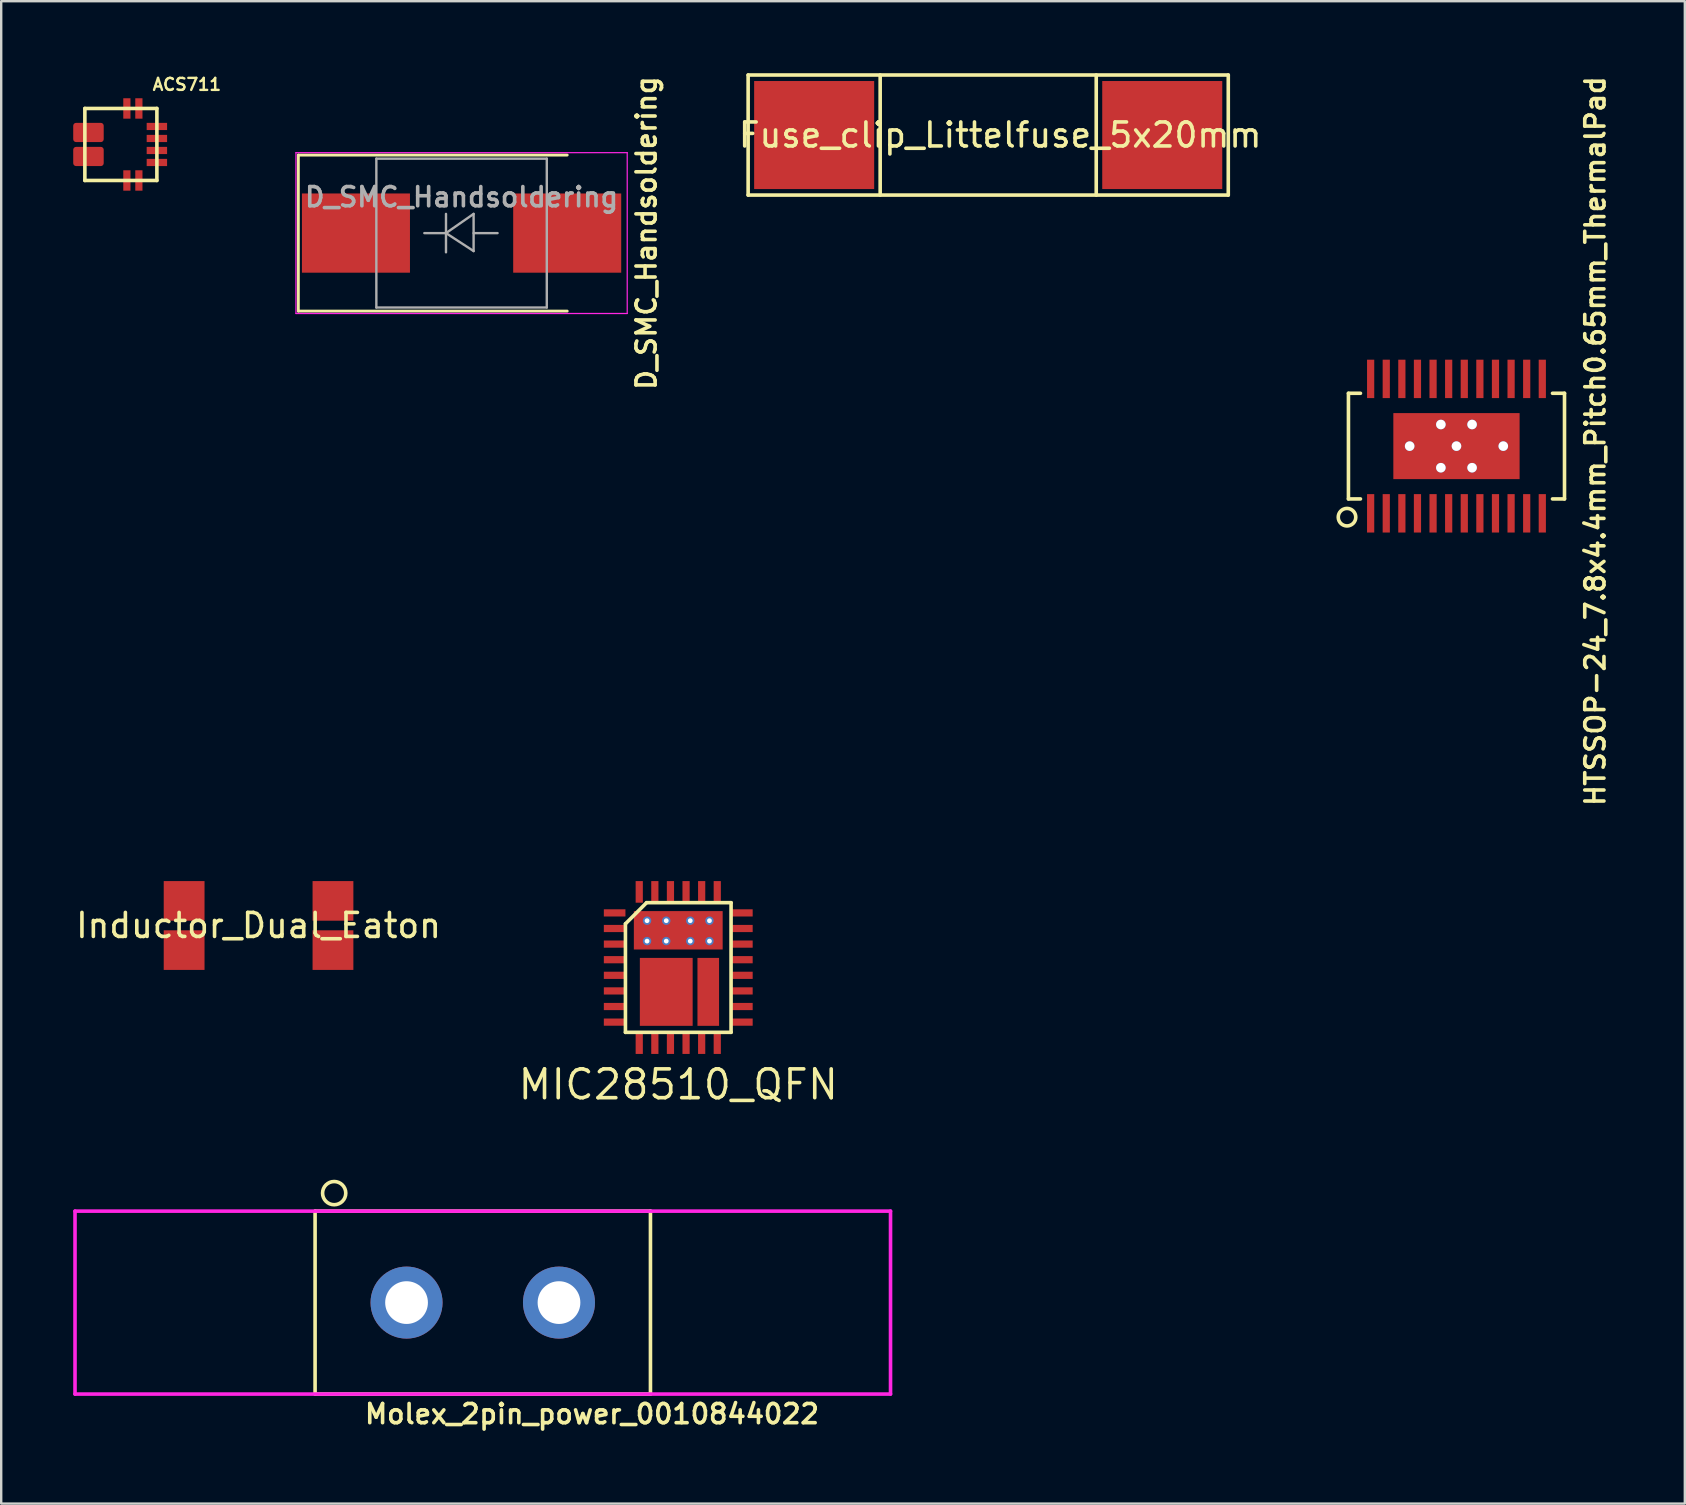
<source format=kicad_pcb>
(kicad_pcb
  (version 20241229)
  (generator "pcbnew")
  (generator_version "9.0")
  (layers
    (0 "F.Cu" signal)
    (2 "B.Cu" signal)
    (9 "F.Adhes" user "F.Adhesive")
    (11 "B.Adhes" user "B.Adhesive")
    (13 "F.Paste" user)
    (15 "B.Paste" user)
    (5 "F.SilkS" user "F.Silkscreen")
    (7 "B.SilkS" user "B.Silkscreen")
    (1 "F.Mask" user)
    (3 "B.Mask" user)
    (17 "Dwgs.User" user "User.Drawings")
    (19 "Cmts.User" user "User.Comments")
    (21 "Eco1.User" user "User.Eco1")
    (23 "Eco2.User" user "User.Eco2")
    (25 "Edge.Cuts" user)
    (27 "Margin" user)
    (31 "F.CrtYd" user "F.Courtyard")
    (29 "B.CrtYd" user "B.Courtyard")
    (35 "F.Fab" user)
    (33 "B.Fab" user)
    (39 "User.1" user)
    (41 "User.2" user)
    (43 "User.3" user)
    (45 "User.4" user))
  (footprint "MIC28510_QFN"
    (layer "F.Cu")
    (at 25.203 37.252)
    (property "Reference" "MIC28510_QFN" (at 0 4.875 0) (layer "F.SilkS") (effects (font (size 1.2 1.2) (thickness 0.15))))
    (attr through_hole)
    (fp_line (start -2.2 -1.82) (end -2.2 2.7) (stroke (width 0.15) (type solid)) (layer "F.SilkS"))
    (fp_line (start -2.2 2.7) (end 2.2 2.7) (stroke (width 0.15) (type solid)) (layer "F.SilkS"))
    (fp_line (start -1.32 -2.7) (end -2.2 -1.82) (stroke (width 0.15) (type solid)) (layer "F.SilkS"))
    (fp_line (start 2.2 -2.7) (end -1.32 -2.7) (stroke (width 0.15) (type solid)) (layer "F.SilkS"))
    (fp_line (start 2.2 2.7) (end 2.2 -2.7) (stroke (width 0.15) (type solid)) (layer "F.SilkS"))
    (pad "" smd rect (at -2.4 -2.275) (size 0.9 0.3) (drill (offset -0.25 0)) (layers "F.Cu" "F.Mask" "F.Paste"))
    (pad "" smd rect (at -2.4 -0.975) (size 0.9 0.3) (drill (offset -0.25 0)) (layers "F.Cu" "F.Mask" "F.Paste"))
    (pad "1" smd rect (at -0.975 -2.9) (size 0.3 0.9) (drill (offset 0 -0.25)) (layers "F.Cu" "F.Mask" "F.Paste"))
    (pad "2" smd rect (at -0.325 -2.9) (size 0.3 0.9) (drill (offset 0 -0.25)) (layers "F.Cu" "F.Mask" "F.Paste"))
    (pad "3" smd rect (at 1.625 -2.9) (size 0.3 0.9) (drill (offset 0 -0.25)) (layers "F.Cu" "F.Mask" "F.Paste"))
    (pad "4" smd rect (at 0.975 2.9) (size 0.3 0.9) (drill (offset 0 0.25)) (layers "F.Cu" "F.Mask" "F.Paste"))
    (pad "4" smd rect (at 1.25 1.015) (size 0.9 2.83) (layers "F.Cu" "F.Mask" "F.Paste"))
    (pad "4" smd rect (at 1.625 2.9) (size 0.3 0.9) (drill (offset 0 0.25)) (layers "F.Cu" "F.Mask" "F.Paste"))
    (pad "4" smd rect (at 2.4 -0.325) (size 0.9 0.3) (drill (offset 0.25 0)) (layers "F.Cu" "F.Mask" "F.Paste"))
    (pad "4" smd rect (at 2.4 0.325) (size 0.9 0.3) (drill (offset 0.25 0)) (layers "F.Cu" "F.Mask" "F.Paste"))
    (pad "4" smd rect (at 2.4 0.975) (size 0.9 0.3) (drill (offset 0.25 0)) (layers "F.Cu" "F.Mask" "F.Paste"))
    (pad "4" smd rect (at 2.4 1.625) (size 0.9 0.3) (drill (offset 0.25 0)) (layers "F.Cu" "F.Mask" "F.Paste"))
    (pad "4" smd rect (at 2.4 2.275) (size 0.9 0.3) (drill (offset 0.25 0)) (layers "F.Cu" "F.Mask" "F.Paste"))
    (pad "5" smd rect (at -2.4 -1.625) (size 0.9 0.3) (drill (offset -0.25 0)) (layers "F.Cu" "F.Mask" "F.Paste"))
    (pad "5" smd rect (at -2.4 0.325) (size 0.9 0.3) (drill (offset -0.25 0)) (layers "F.Cu" "F.Mask" "F.Paste"))
    (pad "5" smd rect (at -2.4 0.975) (size 0.9 0.3) (drill (offset -0.25 0)) (layers "F.Cu" "F.Mask" "F.Paste"))
    (pad "5" smd rect (at -2.4 1.625) (size 0.9 0.3) (drill (offset -0.25 0)) (layers "F.Cu" "F.Mask" "F.Paste"))
    (pad "5" smd rect (at -2.4 2.275) (size 0.9 0.3) (drill (offset -0.25 0)) (layers "F.Cu" "F.Mask" "F.Paste"))
    (pad "5" thru_hole circle (at -1.3 -1.95) (size 0.35 0.35) (drill 0.2) (layers "*.Cu" "*.Mask"))
    (pad "5" thru_hole circle (at -1.3 -1.1) (size 0.35 0.35) (drill 0.2) (layers "*.Cu" "*.Mask"))
    (pad "5" thru_hole circle (at -0.5 -1.95) (size 0.35 0.35) (drill 0.2) (layers "*.Cu" "*.Mask"))
    (pad "5" thru_hole circle (at -0.5 -1.1) (size 0.35 0.35) (drill 0.2) (layers "*.Cu" "*.Mask"))
    (pad "5" smd rect (at 0 -1.55) (size 3.7 1.6) (layers "F.Cu" "F.Mask"))
    (pad "5" thru_hole circle (at 0.5 -1.95) (size 0.35 0.35) (drill 0.2) (layers "*.Cu" "*.Mask"))
    (pad "5" thru_hole circle (at 0.5 -1.1) (size 0.35 0.35) (drill 0.2) (layers "*.Cu" "*.Mask"))
    (pad "5" thru_hole circle (at 1.3 -1.95) (size 0.35 0.35) (drill 0.2) (layers "*.Cu" "*.Mask"))
    (pad "5" thru_hole circle (at 1.3 -1.1) (size 0.35 0.35) (drill 0.2) (layers "*.Cu" "*.Mask"))
    (pad "5" smd rect (at 2.4 -1.625) (size 0.9 0.3) (drill (offset 0.25 0)) (layers "F.Cu" "F.Mask" "F.Paste"))
    (pad "6" smd rect (at 0.975 -2.9) (size 0.3 0.9) (drill (offset 0 -0.25)) (layers "F.Cu" "F.Mask" "F.Paste"))
    (pad "7" smd rect (at 2.4 -0.975) (size 0.9 0.3) (drill (offset 0.25 0)) (layers "F.Cu" "F.Mask" "F.Paste"))
    (pad "8" smd rect (at -2.4 -0.325) (size 0.9 0.3) (drill (offset -0.25 0)) (layers "F.Cu" "F.Mask" "F.Paste"))
    (pad "8" smd rect (at -1.625 2.9) (size 0.3 0.9) (drill (offset 0 0.25)) (layers "F.Cu" "F.Mask" "F.Paste"))
    (pad "8" smd rect (at -0.975 2.9) (size 0.3 0.9) (drill (offset 0 0.25)) (layers "F.Cu" "F.Mask" "F.Paste"))
    (pad "8" smd rect (at -0.5 1.015) (size 2.2 2.83) (layers "F.Cu" "F.Mask" "F.Paste"))
    (pad "8" smd rect (at -0.325 2.9) (size 0.3 0.9) (drill (offset 0 0.25)) (layers "F.Cu" "F.Mask" "F.Paste"))
    (pad "8" smd rect (at 0.325 2.9) (size 0.3 0.9) (drill (offset 0 0.25)) (layers "F.Cu" "F.Mask" "F.Paste"))
    (pad "9" smd rect (at 2.4 -2.275) (size 0.9 0.3) (drill (offset 0.25 0)) (layers "F.Cu" "F.Mask" "F.Paste"))
    (pad "10" smd rect (at 0.325 -2.9) (size 0.3 0.9) (drill (offset 0 -0.25)) (layers "F.Cu" "F.Mask" "F.Paste"))
    (pad "PVDD" smd rect (at -1.625 -2.9) (size 0.3 0.9) (drill (offset 0 -0.25)) (layers "F.Cu" "F.Mask" "F.Paste")))
  (footprint "Molex_2pin_power_0010844022"
    (layer "F.Cu")
    (at 17.06 51.21)
    (property "Reference" "Molex_2pin_power_0010844022" (at 4.55 4.64 180) (layer "F.SilkS") (effects (font (size 0.8 0.8) (thickness 0.15))))
    (attr through_hole)
    (fp_line (start -6.985 -3.81) (end -6.985 3.81) (stroke (width 0.15) (type solid)) (layer "F.SilkS"))
    (fp_line (start -6.985 -3.81) (end 6.985 -3.81) (stroke (width 0.15) (type solid)) (layer "F.SilkS"))
    (fp_line (start 6.985 -3.81) (end 6.985 3.81) (stroke (width 0.15) (type solid)) (layer "F.SilkS"))
    (fp_line (start 6.985 3.81) (end -6.985 3.81) (stroke (width 0.15) (type solid)) (layer "F.SilkS"))
    (fp_circle (center -6.19 -4.56) (end -5.75 -4.36) (stroke (width 0.15) (type solid)) (fill no) (layer "F.SilkS"))
    (fp_line (start -16.985 -3.81) (end 16.985 -3.81) (stroke (width 0.15) (type solid)) (layer "F.CrtYd"))
    (fp_line (start -16.985 3.81) (end -16.985 -3.81) (stroke (width 0.15) (type solid)) (layer "F.CrtYd"))
    (fp_line (start 16.985 -3.81) (end 16.985 3.81) (stroke (width 0.15) (type solid)) (layer "F.CrtYd"))
    (fp_line (start 16.985 3.81) (end -16.985 3.81) (stroke (width 0.15) (type solid)) (layer "F.CrtYd"))
    (pad "1" thru_hole circle (at -3.175 0) (size 3 3) (drill 1.78) (layers "*.Cu" "*.Mask"))
    (pad "2" thru_hole circle (at 3.175 0) (size 3 3) (drill 1.78) (layers "*.Cu" "*.Mask")))
  (footprint "HTSSOP-24_7.8x4.4mm_Pitch0.65mm_ThermalPad"
    (layer "F.Cu")
    (at 57.62 15.533)
    (property "Reference" "HTSSOP-24_7.8x4.4mm_Pitch0.65mm_ThermalPad" (at 5.781 -0.208 90) (layer "F.SilkS") (effects (font (size 0.8 0.8) (thickness 0.15))))
    (attr through_hole)
    (fp_line (start -4.5 -2.2) (end -4.5 2.2) (stroke (width 0.15) (type solid)) (layer "F.SilkS"))
    (fp_line (start -4.5 2.2) (end -4 2.2) (stroke (width 0.15) (type solid)) (layer "F.SilkS"))
    (fp_line (start -4 -2.2) (end -4.5 -2.2) (stroke (width 0.15) (type solid)) (layer "F.SilkS"))
    (fp_line (start 4 -2.2) (end 4.5 -2.2) (stroke (width 0.15) (type solid)) (layer "F.SilkS"))
    (fp_line (start 4.5 -2.2) (end 4.5 2.2) (stroke (width 0.15) (type solid)) (layer "F.SilkS"))
    (fp_line (start 4.5 2.2) (end 4 2.2) (stroke (width 0.15) (type solid)) (layer "F.SilkS"))
    (fp_circle (center -4.56 2.96) (end -4.2 3.02) (stroke (width 0.15) (type solid)) (fill no) (layer "F.SilkS"))
    (pad "1" smd rect (at -3.575 2.8) (size 0.3 1.6) (layers "F.Cu" "F.Mask" "F.Paste"))
    (pad "1" thru_hole circle (at -1.95 0) (size 0.4 0.4) (drill 0.4) (layers "*.Cu" "B.Mask"))
    (pad "1" thru_hole circle (at -0.65 -0.9) (size 0.4 0.4) (drill 0.4) (layers "*.Cu" "B.Mask"))
    (pad "1" thru_hole circle (at -0.65 0.9) (size 0.4 0.4) (drill 0.4) (layers "*.Cu" "B.Mask"))
    (pad "1" thru_hole circle (at 0 0) (size 0.4 0.4) (drill 0.4) (layers "*.Cu" "B.Mask"))
    (pad "1" smd rect (at 0 0) (size 5.26 2.75) (layers "F.Cu" "F.Mask" "F.Paste"))
    (pad "1" thru_hole circle (at 0.65 -0.9) (size 0.4 0.4) (drill 0.4) (layers "*.Cu" "B.Mask"))
    (pad "1" thru_hole circle (at 0.65 0.9) (size 0.4 0.4) (drill 0.4) (layers "*.Cu" "B.Mask"))
    (pad "1" thru_hole circle (at 1.95 0) (size 0.4 0.4) (drill 0.4) (layers "*.Cu" "B.Mask"))
    (pad "2" smd rect (at -2.925 2.8) (size 0.3 1.6) (layers "F.Cu" "F.Mask" "F.Paste"))
    (pad "3" smd rect (at -2.275 2.8) (size 0.3 1.6) (layers "F.Cu" "F.Mask" "F.Paste"))
    (pad "4" smd rect (at -1.625 2.8) (size 0.3 1.6) (layers "F.Cu" "F.Mask" "F.Paste"))
    (pad "5" smd rect (at -0.975 2.8) (size 0.3 1.6) (layers "F.Cu" "F.Mask" "F.Paste"))
    (pad "6" smd rect (at -0.325 2.8) (size 0.3 1.6) (layers "F.Cu" "F.Mask" "F.Paste"))
    (pad "7" smd rect (at 0.325 2.8) (size 0.3 1.6) (layers "F.Cu" "F.Mask" "F.Paste"))
    (pad "8" smd rect (at 0.975 2.8) (size 0.3 1.6) (layers "F.Cu" "F.Mask" "F.Paste"))
    (pad "9" smd rect (at 1.625 2.8) (size 0.3 1.6) (layers "F.Cu" "F.Mask" "F.Paste"))
    (pad "10" smd rect (at 2.275 2.8) (size 0.3 1.6) (layers "F.Cu" "F.Mask" "F.Paste"))
    (pad "11" smd rect (at 2.925 2.8) (size 0.3 1.6) (layers "F.Cu" "F.Mask" "F.Paste"))
    (pad "12" smd rect (at 3.575 2.8) (size 0.3 1.6) (layers "F.Cu" "F.Mask" "F.Paste"))
    (pad "13" smd rect (at 3.575 -2.8) (size 0.3 1.6) (layers "F.Cu" "F.Mask" "F.Paste"))
    (pad "14" smd rect (at 2.925 -2.8) (size 0.3 1.6) (layers "F.Cu" "F.Mask" "F.Paste"))
    (pad "15" smd rect (at 2.275 -2.8) (size 0.3 1.6) (layers "F.Cu" "F.Mask" "F.Paste"))
    (pad "16" smd rect (at 1.625 -2.8) (size 0.3 1.6) (layers "F.Cu" "F.Mask" "F.Paste"))
    (pad "17" smd rect (at 0.975 -2.8) (size 0.3 1.6) (layers "F.Cu" "F.Mask" "F.Paste"))
    (pad "18" smd rect (at 0.325 -2.8) (size 0.3 1.6) (layers "F.Cu" "F.Mask" "F.Paste"))
    (pad "19" smd rect (at -0.325 -2.8) (size 0.3 1.6) (layers "F.Cu" "F.Mask" "F.Paste"))
    (pad "20" smd rect (at -0.975 -2.8) (size 0.3 1.6) (layers "F.Cu" "F.Mask" "F.Paste"))
    (pad "21" smd rect (at -1.625 -2.8) (size 0.3 1.6) (layers "F.Cu" "F.Mask" "F.Paste"))
    (pad "22" smd rect (at -2.275 -2.8) (size 0.3 1.6) (layers "F.Cu" "F.Mask" "F.Paste"))
    (pad "23" smd rect (at -2.925 -2.8) (size 0.3 1.6) (layers "F.Cu" "F.Mask" "F.Paste"))
    (pad "24" smd rect (at -3.575 -2.8) (size 0.3 1.6) (layers "F.Cu" "F.Mask" "F.Paste")))
  (footprint "Inductor_Dual_Eaton"
    (layer "F.Cu")
    (at 7.72 35.502)
    (property "Reference" "Inductor_Dual_Eaton" (at 0 0 0) (layer "F.SilkS") (effects (font (size 1 1) (thickness 0.15))))
    (attr through_hole)
    (pad "1" smd rect (at -3.1 1.025) (size 1.7 1.65) (layers "F.Cu" "F.Mask" "F.Paste"))
    (pad "2" smd rect (at 3.1 1.025) (size 1.7 1.65) (layers "F.Cu" "F.Mask" "F.Paste"))
    (pad "3" smd rect (at 3.1 -1.025) (size 1.7 1.65) (layers "F.Cu" "F.Mask" "F.Paste"))
    (pad "4" smd rect (at -3.1 -1.025) (size 1.7 1.65) (layers "F.Cu" "F.Mask" "F.Paste")))
  (footprint "ACS711"
    (layer "F.Cu")
    (at 1.985 2.968)
    (property "Reference" "ACS711" (at 2.75 -2.5 0) (layer "F.SilkS") (effects (font (size 0.5 0.5) (thickness 0.1))))
    (attr through_hole)
    (fp_line (start -1.5 -1.5) (end 1.5 -1.5) (stroke (width 0.15) (type solid)) (layer "F.SilkS"))
    (fp_line (start -1.5 1.5) (end -1.5 -1.5) (stroke (width 0.15) (type solid)) (layer "F.SilkS"))
    (fp_line (start 1.5 -1.5) (end 1.5 1.5) (stroke (width 0.15) (type solid)) (layer "F.SilkS"))
    (fp_line (start 1.5 1.5) (end -1.5 1.5) (stroke (width 0.15) (type solid)) (layer "F.SilkS"))
    (pad "1" smd roundrect (at -1.35 -0.5 180) (size 1.27 0.8) (layers "F.Cu" "F.Mask" "F.Paste") (roundrect_rratio 0.15))
    (pad "3" smd roundrect (at -1.35 0.5 180) (size 1.27 0.8) (layers "F.Cu" "F.Mask" "F.Paste") (roundrect_rratio 0.15))
    (pad "5" smd rect (at 0.25 1.5) (size 0.3 0.85) (layers "F.Cu" "F.Mask" "F.Paste"))
    (pad "6" smd rect (at 0.75 1.5) (size 0.3 0.85) (layers "F.Cu" "F.Mask" "F.Paste"))
    (pad "7" smd rect (at 1.5 -0.75 90) (size 0.3 0.85) (layers "F.Cu" "F.Mask" "F.Paste"))
    (pad "7" smd rect (at 1.5 -0.25 90) (size 0.3 0.85) (layers "F.Cu" "F.Mask" "F.Paste"))
    (pad "7" smd rect (at 1.5 0.25 90) (size 0.3 0.85) (layers "F.Cu" "F.Mask" "F.Paste"))
    (pad "7" smd rect (at 1.5 0.75 90) (size 0.3 0.85) (layers "F.Cu" "F.Mask" "F.Paste"))
    (pad "11" smd rect (at 0.75 -1.5) (size 0.3 0.85) (layers "F.Cu" "F.Mask" "F.Paste"))
    (pad "12" smd rect (at 0.25 -1.5) (size 0.3 0.85) (layers "F.Cu" "F.Mask" "F.Paste")))
  (footprint "Fuse_clip_Littelfuse_5x20mm"
    (layer "F.Cu")
    (at 38.114 2.575)
    (property "Reference" "Fuse_clip_Littelfuse_5x20mm" (at 0.5 0 0) (layer "F.SilkS") (effects (font (size 1 1) (thickness 0.15))))
    (attr through_hole)
    (fp_line (start -10 -2.5) (end 10 -2.5) (stroke (width 0.15) (type solid)) (layer "F.SilkS"))
    (fp_line (start -10 2.5) (end -10 -2.5) (stroke (width 0.15) (type solid)) (layer "F.SilkS"))
    (fp_line (start -4.5 -2.5) (end -4.5 2.5) (stroke (width 0.15) (type solid)) (layer "F.SilkS"))
    (fp_line (start 4.5 -2.5) (end 4.5 2.5) (stroke (width 0.15) (type solid)) (layer "F.SilkS"))
    (fp_line (start 10 -2.5) (end 10 2.5) (stroke (width 0.15) (type solid)) (layer "F.SilkS"))
    (fp_line (start 10 2.5) (end -10 2.5) (stroke (width 0.15) (type solid)) (layer "F.SilkS"))
    (pad "1" smd rect (at -7.25 0) (size 5 4.5) (layers "F.Cu" "F.Mask" "F.Paste"))
    (pad "2" smd rect (at 7.25 0) (size 5 4.5) (layers "F.Cu" "F.Mask" "F.Paste")))
  (footprint "D_SMC_Handsoldering"
    (layer "F.Cu")
    (at 16.177 6.659)
    (property "Reference" "D_SMC_Handsoldering" (at 7.7 0 90) (layer "F.SilkS") (effects (font (size 0.8 0.8) (thickness 0.15))))
    (attr smd)
    (fp_line (start -6.8 -3.25) (end 4.4 -3.25) (stroke (width 0.12) (type solid)) (layer "F.SilkS"))
    (fp_line (start -6.8 3.25) (end -6.8 -3.25) (stroke (width 0.12) (type solid)) (layer "F.SilkS"))
    (fp_line (start -6.8 3.25) (end 4.4 3.25) (stroke (width 0.12) (type solid)) (layer "F.SilkS"))
    (fp_line (start -6.9 -3.35) (end 6.9 -3.35) (stroke (width 0.05) (type solid)) (layer "F.CrtYd"))
    (fp_line (start -6.9 3.35) (end -6.9 -3.35) (stroke (width 0.05) (type solid)) (layer "F.CrtYd"))
    (fp_line (start 6.9 -3.35) (end 6.9 3.35) (stroke (width 0.05) (type solid)) (layer "F.CrtYd"))
    (fp_line (start 6.9 3.35) (end -6.9 3.35) (stroke (width 0.05) (type solid)) (layer "F.CrtYd"))
    (fp_line (start -3.55 3.1) (end -3.55 -3.1) (stroke (width 0.1) (type solid)) (layer "F.Fab"))
    (fp_line (start -0.649 -0.799) (end -0.649 0.801) (stroke (width 0.1) (type solid)) (layer "F.Fab"))
    (fp_line (start -0.649 0.001) (end -1.551 0.001) (stroke (width 0.1) (type solid)) (layer "F.Fab"))
    (fp_line (start -0.649 0.001) (end 0.501 -0.799) (stroke (width 0.1) (type solid)) (layer "F.Fab"))
    (fp_line (start -0.649 0.001) (end 0.501 0.75) (stroke (width 0.1) (type solid)) (layer "F.Fab"))
    (fp_line (start 0.501 0.001) (end 1.499 0.001) (stroke (width 0.1) (type solid)) (layer "F.Fab"))
    (fp_line (start 0.501 0.75) (end 0.501 -0.799) (stroke (width 0.1) (type solid)) (layer "F.Fab"))
    (fp_line (start 3.55 -3.1) (end -3.55 -3.1) (stroke (width 0.1) (type solid)) (layer "F.Fab"))
    (fp_line (start 3.55 -3.1) (end 3.55 3.1) (stroke (width 0.1) (type solid)) (layer "F.Fab"))
    (fp_line (start 3.55 3.1) (end -3.55 3.1) (stroke (width 0.1) (type solid)) (layer "F.Fab"))
    (fp_text user "${REFERENCE}" (at 0 -1.5 0) (layer "F.Fab") (effects (font (size 0.8 0.8) (thickness 0.15))))
    (pad "1" smd rect (at -4.4 0 90) (size 3.3 4.5) (layers "F.Cu" "F.Mask" "F.Paste"))
    (pad "2" smd rect (at 4.4 0 90) (size 3.3 4.5) (layers "F.Cu" "F.Mask" "F.Paste")))
  (gr_rect
    (start -3 -3)
    (end 67.132 59.582)
    (stroke (width 0.1) (type default))
    (fill no)
    (layer "Edge.Cuts")))
</source>
